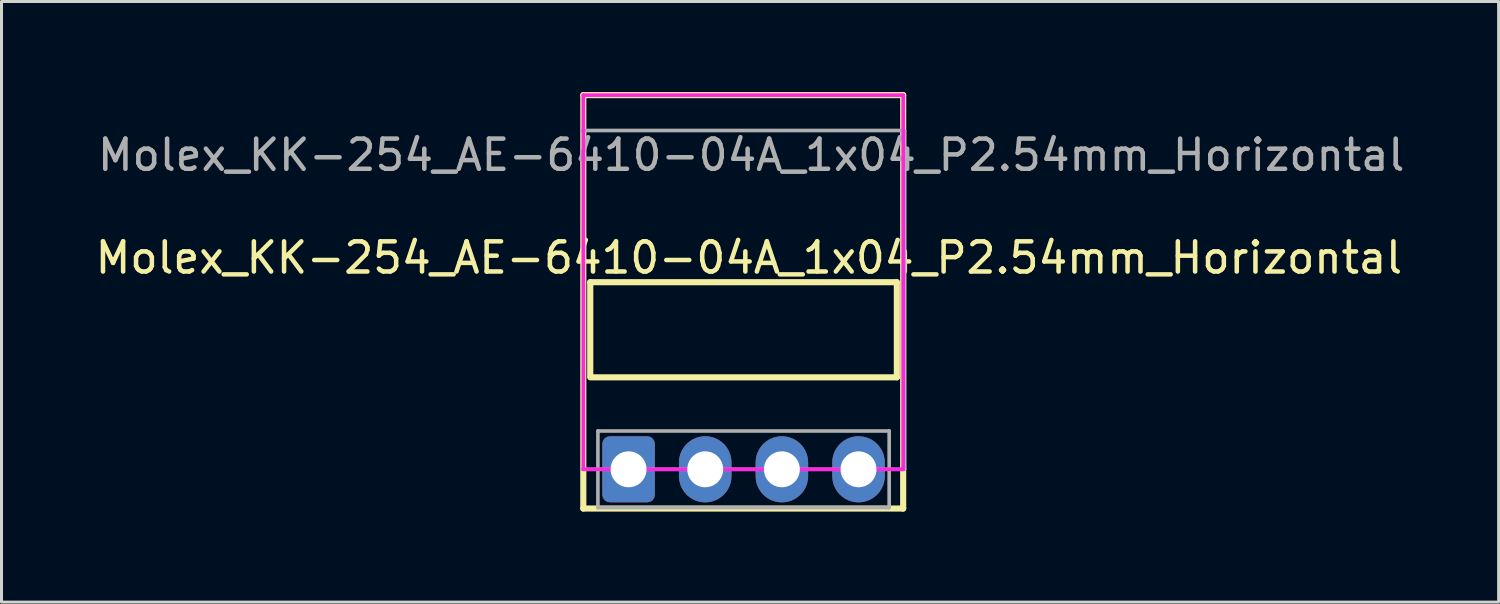
<source format=kicad_pcb>
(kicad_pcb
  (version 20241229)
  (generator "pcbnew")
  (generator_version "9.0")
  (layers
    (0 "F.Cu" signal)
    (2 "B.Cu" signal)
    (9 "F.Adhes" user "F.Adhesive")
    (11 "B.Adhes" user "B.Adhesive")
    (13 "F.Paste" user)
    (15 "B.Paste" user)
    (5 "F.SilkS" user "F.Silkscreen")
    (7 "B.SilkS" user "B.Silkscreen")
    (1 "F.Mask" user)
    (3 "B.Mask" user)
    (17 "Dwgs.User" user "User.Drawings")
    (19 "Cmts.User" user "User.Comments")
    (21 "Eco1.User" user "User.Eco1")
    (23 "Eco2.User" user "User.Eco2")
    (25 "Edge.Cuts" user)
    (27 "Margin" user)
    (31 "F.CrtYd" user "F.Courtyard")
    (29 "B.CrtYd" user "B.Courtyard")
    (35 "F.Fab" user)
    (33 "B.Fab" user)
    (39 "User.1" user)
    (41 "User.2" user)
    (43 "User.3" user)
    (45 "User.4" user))
  (footprint "Molex_KK-254_AE-6410-04A_1x04_P2.54mm_Horizontal"
    (layer "F.Cu")
    (at 17.78 12.502)
    (property "Reference" "Molex_KK-254_AE-6410-04A_1x04_P2.54mm_Horizontal" (at 3.988 -7.01 0) (layer "F.SilkS") (effects (font (size 1 1) (thickness 0.15))))
    (attr through_hole)
    (fp_line (start -1.5 -12.4) (end 9.1 -12.4) (stroke (width 0.203) (type solid)) (layer "F.SilkS"))
    (fp_line (start -1.5 1.3) (end -1.5 -12.4) (stroke (width 0.203) (type solid)) (layer "F.SilkS"))
    (fp_line (start -1.27 -6.2) (end -1.27 -3.1) (stroke (width 0.203) (type solid)) (layer "F.SilkS"))
    (fp_line (start -1.27 -3.048) (end 8.89 -3.048) (stroke (width 0.203) (type solid)) (layer "F.SilkS"))
    (fp_line (start 8.89 -6.2) (end -1.27 -6.2) (stroke (width 0.203) (type solid)) (layer "F.SilkS"))
    (fp_line (start 8.89 -3.05) (end 8.89 -6.2) (stroke (width 0.203) (type solid)) (layer "F.SilkS"))
    (fp_line (start 9.1 -12.4) (end 9.1 1.3) (stroke (width 0.203) (type solid)) (layer "F.SilkS"))
    (fp_line (start 9.1 1.3) (end -1.5 1.3) (stroke (width 0.203) (type solid)) (layer "F.SilkS"))
    (fp_line (start -1.5 -12.4) (end 9.1 -12.4) (stroke (width 0.12) (type solid)) (layer "F.CrtYd"))
    (fp_line (start -1.5 0) (end -1.5 -12.4) (stroke (width 0.12) (type solid)) (layer "F.CrtYd"))
    (fp_line (start -1.5 0) (end 9.1 0) (stroke (width 0.12) (type solid)) (layer "F.CrtYd"))
    (fp_line (start 9.1 0) (end 9.1 -12.4) (stroke (width 0.12) (type solid)) (layer "F.CrtYd"))
    (fp_line (start -1.524 -11.227) (end 9.144 -11.227) (stroke (width 0.12) (type solid)) (layer "F.Fab"))
    (fp_line (start -1.524 0) (end 9.144 0) (stroke (width 0.12) (type solid)) (layer "F.Fab"))
    (fp_line (start -1.016 -1.27) (end -1.016 1.27) (stroke (width 0.12) (type solid)) (layer "F.Fab"))
    (fp_line (start -1.016 1.27) (end 8.636 1.27) (stroke (width 0.12) (type solid)) (layer "F.Fab"))
    (fp_line (start 8.636 -1.27) (end -1.016 -1.27) (stroke (width 0.12) (type solid)) (layer "F.Fab"))
    (fp_line (start 8.636 1.27) (end 8.636 -1.27) (stroke (width 0.12) (type solid)) (layer "F.Fab"))
    (fp_line (start 9.144 0) (end 9.144 -11.227) (stroke (width 0.12) (type solid)) (layer "F.Fab"))
    (fp_text user "${REFERENCE}" (at 4.064 -10.414 0) (layer "F.Fab") (effects (font (size 1 1) (thickness 0.15))))
    (pad "1" thru_hole roundrect (at 0 0) (size 1.74 2.19) (drill 1.19) (layers "*.Cu" "*.Mask") (roundrect_rratio 0.144))
    (pad "2" thru_hole oval (at 2.54 0) (size 1.74 2.19) (drill 1.19) (layers "*.Cu" "*.Mask"))
    (pad "3" thru_hole oval (at 5.08 0) (size 1.74 2.19) (drill 1.19) (layers "*.Cu" "*.Mask"))
    (pad "4" thru_hole oval (at 7.62 0) (size 1.74 2.19) (drill 1.19) (layers "*.Cu" "*.Mask")))
  (gr_rect
    (start -3 -3)
    (end 46.612 16.903)
    (stroke (width 0.1) (type default))
    (fill no)
    (layer "Edge.Cuts")))
</source>
